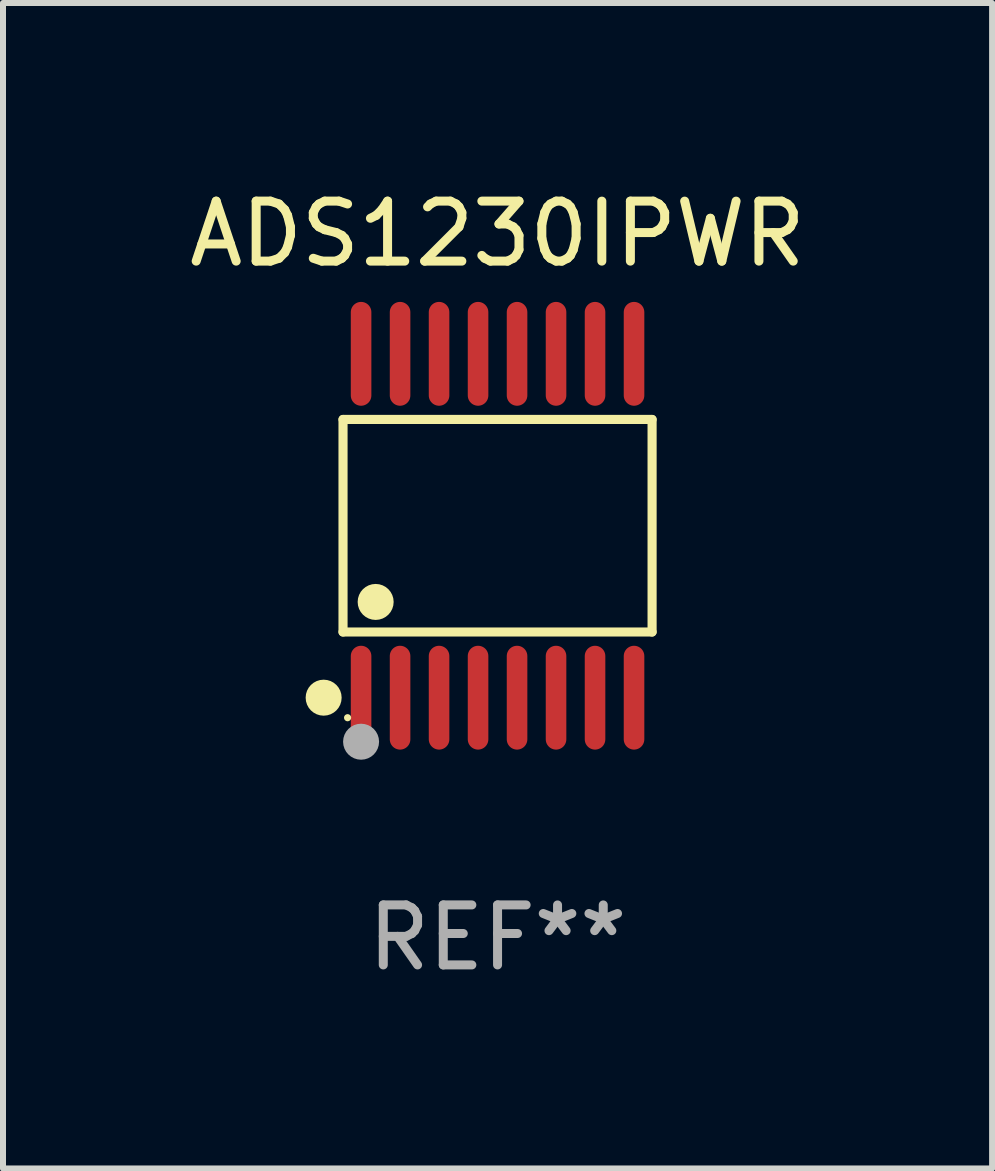
<source format=kicad_pcb>
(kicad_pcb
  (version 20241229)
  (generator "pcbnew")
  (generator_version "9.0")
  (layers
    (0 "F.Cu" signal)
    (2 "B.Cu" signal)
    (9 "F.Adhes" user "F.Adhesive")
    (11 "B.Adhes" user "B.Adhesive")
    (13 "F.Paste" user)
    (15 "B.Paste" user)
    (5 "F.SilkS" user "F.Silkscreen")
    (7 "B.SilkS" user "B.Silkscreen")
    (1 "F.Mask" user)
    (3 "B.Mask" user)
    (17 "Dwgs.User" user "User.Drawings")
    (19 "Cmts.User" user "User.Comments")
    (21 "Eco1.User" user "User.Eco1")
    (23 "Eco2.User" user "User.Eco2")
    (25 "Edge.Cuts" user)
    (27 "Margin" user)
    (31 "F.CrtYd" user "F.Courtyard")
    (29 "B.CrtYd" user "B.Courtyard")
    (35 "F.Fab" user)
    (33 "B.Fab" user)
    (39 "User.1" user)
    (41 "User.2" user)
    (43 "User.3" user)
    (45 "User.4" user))
  (footprint "ADS1230IPWR"
    (layer "F.Cu")
    (at 5.244 5.714)
    (property "Reference" "ADS1230IPWR" (at 0 -4.866 0) (layer "F.SilkS") (effects (font (size 1 1) (thickness 0.15))))
    (attr through_hole)
    (fp_line (start -2.576 -1.772) (end 2.576 -1.772) (stroke (width 0.152) (type solid)) (layer "F.SilkS"))
    (fp_line (start -2.576 1.771) (end -2.576 -1.772) (stroke (width 0.152) (type solid)) (layer "F.SilkS"))
    (fp_line (start 2.576 -1.772) (end 2.576 1.771) (stroke (width 0.152) (type solid)) (layer "F.SilkS"))
    (fp_line (start 2.576 1.771) (end -2.576 1.771) (stroke (width 0.152) (type solid)) (layer "F.SilkS"))
    (fp_circle (center -2.899 2.866) (end -2.749 2.866) (stroke (width 0.3) (type solid)) (fill no) (layer "F.SilkS"))
    (fp_circle (center -2.5 3.2) (end -2.47 3.2) (stroke (width 0.06) (type solid)) (fill no) (layer "F.SilkS"))
    (fp_circle (center -2.032 1.27) (end -1.882 1.27) (stroke (width 0.3) (type solid)) (fill no) (layer "F.SilkS"))
    (fp_circle (center -2.275 3.6) (end -2.125 3.6) (stroke (width 0.3) (type solid)) (fill no) (layer "F.Fab"))
    (fp_text user "REF**" (at 0 6.866 0) (layer "F.Fab") (effects (font (size 1 1) (thickness 0.15))))
    (pad "1" smd oval (at -2.275 2.866) (size 0.343 1.731) (layers "F.Cu" "F.Mask" "F.Paste"))
    (pad "2" smd oval (at -1.625 2.866) (size 0.343 1.731) (layers "F.Cu" "F.Mask" "F.Paste"))
    (pad "3" smd oval (at -0.975 2.866) (size 0.343 1.731) (layers "F.Cu" "F.Mask" "F.Paste"))
    (pad "4" smd oval (at -0.325 2.866) (size 0.343 1.731) (layers "F.Cu" "F.Mask" "F.Paste"))
    (pad "5" smd oval (at 0.325 2.866) (size 0.343 1.731) (layers "F.Cu" "F.Mask" "F.Paste"))
    (pad "6" smd oval (at 0.975 2.866) (size 0.343 1.731) (layers "F.Cu" "F.Mask" "F.Paste"))
    (pad "7" smd oval (at 1.625 2.866) (size 0.343 1.731) (layers "F.Cu" "F.Mask" "F.Paste"))
    (pad "8" smd oval (at 2.275 2.866) (size 0.343 1.731) (layers "F.Cu" "F.Mask" "F.Paste"))
    (pad "9" smd oval (at 2.275 -2.866) (size 0.343 1.731) (layers "F.Cu" "F.Mask" "F.Paste"))
    (pad "10" smd oval (at 1.625 -2.866) (size 0.343 1.731) (layers "F.Cu" "F.Mask" "F.Paste"))
    (pad "11" smd oval (at 0.975 -2.866) (size 0.343 1.731) (layers "F.Cu" "F.Mask" "F.Paste"))
    (pad "12" smd oval (at 0.325 -2.866) (size 0.343 1.731) (layers "F.Cu" "F.Mask" "F.Paste"))
    (pad "13" smd oval (at -0.325 -2.866) (size 0.343 1.731) (layers "F.Cu" "F.Mask" "F.Paste"))
    (pad "14" smd oval (at -0.975 -2.866) (size 0.343 1.731) (layers "F.Cu" "F.Mask" "F.Paste"))
    (pad "15" smd oval (at -1.625 -2.866) (size 0.343 1.731) (layers "F.Cu" "F.Mask" "F.Paste"))
    (pad "16" smd oval (at -2.275 -2.866) (size 0.343 1.731) (layers "F.Cu" "F.Mask" "F.Paste")))
  (gr_rect
    (start -3 -3)
    (end 13.488 16.428)
    (stroke (width 0.1) (type default))
    (fill no)
    (layer "Edge.Cuts")))
</source>
